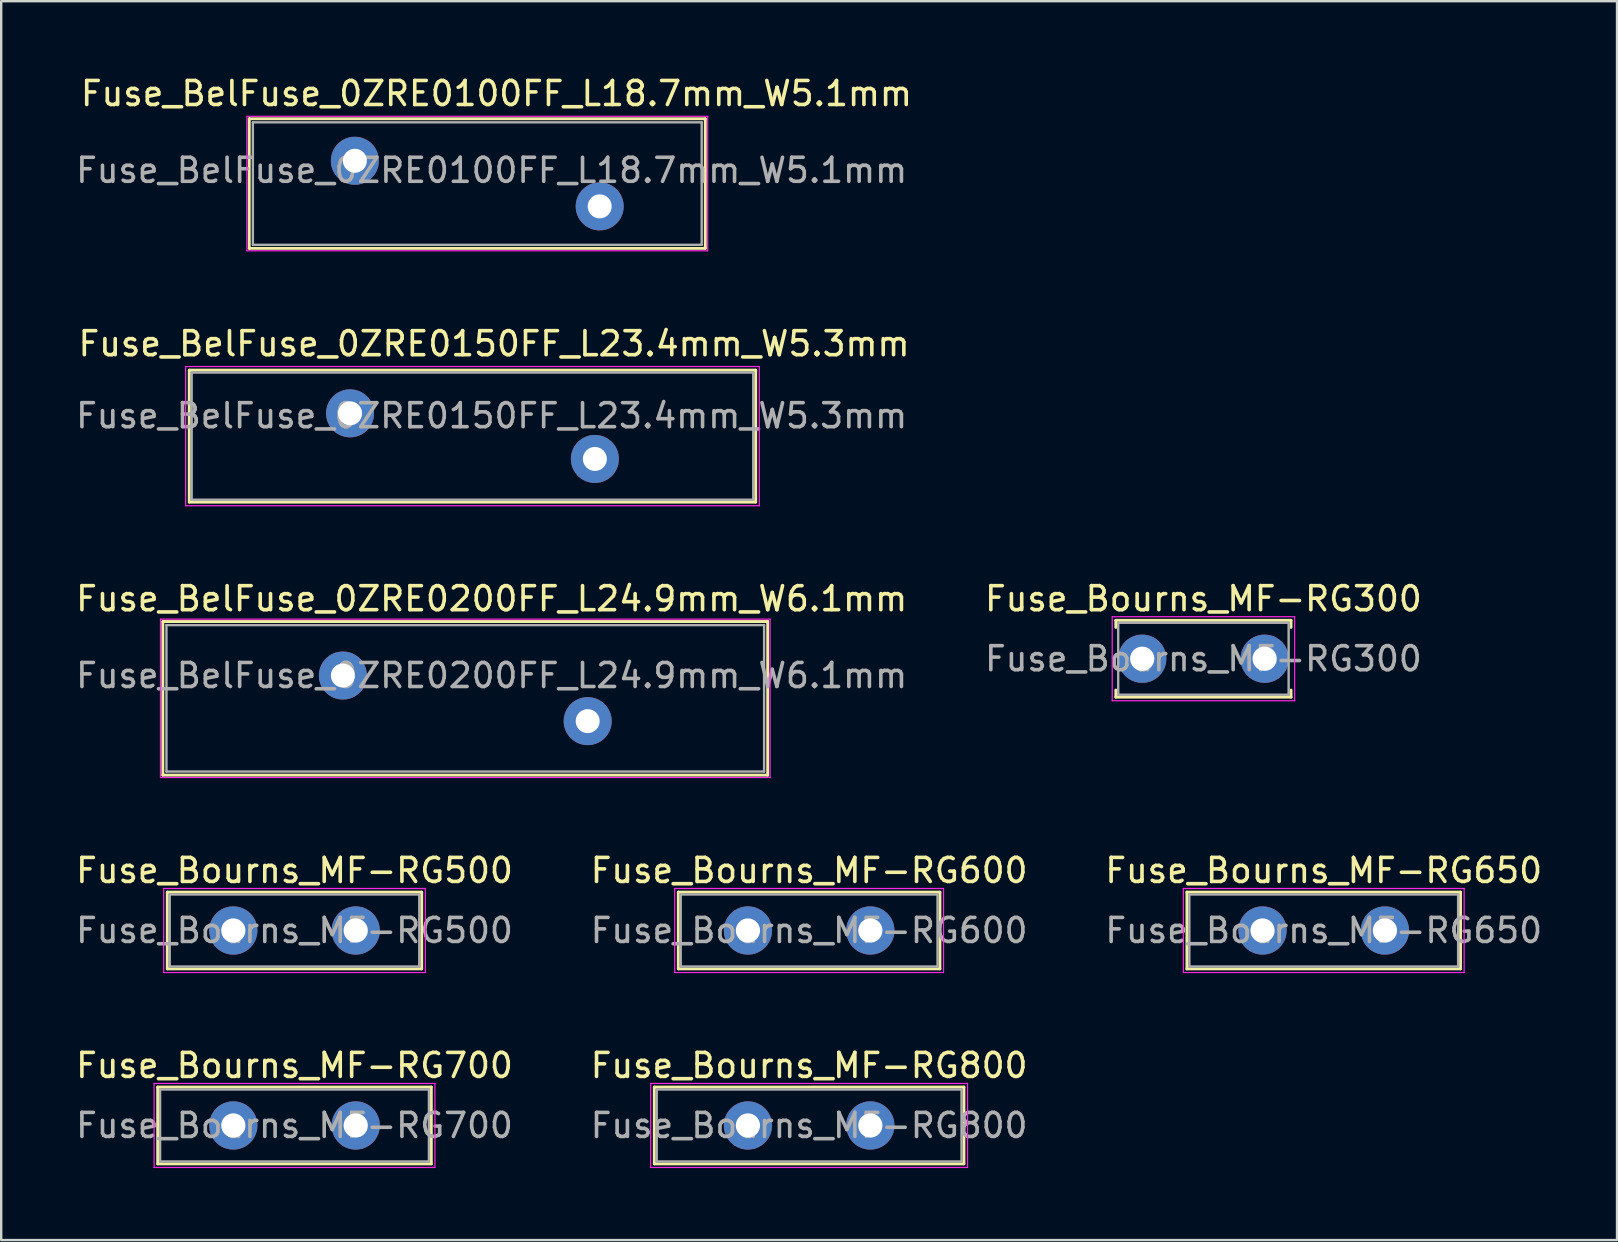
<source format=kicad_pcb>
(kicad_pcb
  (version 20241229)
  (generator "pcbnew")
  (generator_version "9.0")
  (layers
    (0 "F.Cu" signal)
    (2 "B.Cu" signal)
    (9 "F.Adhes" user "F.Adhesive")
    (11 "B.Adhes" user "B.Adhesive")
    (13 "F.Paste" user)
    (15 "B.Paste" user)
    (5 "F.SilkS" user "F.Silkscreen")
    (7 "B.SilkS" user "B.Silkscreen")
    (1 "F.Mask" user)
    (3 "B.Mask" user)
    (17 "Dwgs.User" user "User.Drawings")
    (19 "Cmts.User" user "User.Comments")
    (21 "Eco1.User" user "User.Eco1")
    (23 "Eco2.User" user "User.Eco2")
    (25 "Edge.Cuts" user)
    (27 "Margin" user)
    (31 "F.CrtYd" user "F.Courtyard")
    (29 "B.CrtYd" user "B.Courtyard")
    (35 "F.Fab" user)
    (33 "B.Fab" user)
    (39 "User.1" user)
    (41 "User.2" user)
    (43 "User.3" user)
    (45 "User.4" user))
  (footprint "Fuse_Bourns_MF-RG700"
    (layer "F.Cu")
    (at 6.67 43.841)
    (property "Reference" "Fuse_Bourns_MF-RG700" (at 2.55 -2.5 0) (layer "F.SilkS") (effects (font (size 1 1) (thickness 0.15))))
    (attr through_hole)
    (fp_line (start -3.15 -1.6) (end -3.15 1.6) (stroke (width 0.12) (type solid)) (layer "F.SilkS"))
    (fp_line (start -3.15 1.6) (end 8.25 1.6) (stroke (width 0.12) (type solid)) (layer "F.SilkS"))
    (fp_line (start 8.25 -1.6) (end -3.15 -1.6) (stroke (width 0.12) (type solid)) (layer "F.SilkS"))
    (fp_line (start 8.25 1.6) (end 8.25 -1.6) (stroke (width 0.12) (type solid)) (layer "F.SilkS"))
    (fp_line (start -3.3 -1.75) (end -3.3 1.75) (stroke (width 0.05) (type solid)) (layer "F.CrtYd"))
    (fp_line (start -3.3 1.75) (end 8.4 1.75) (stroke (width 0.05) (type solid)) (layer "F.CrtYd"))
    (fp_line (start 8.4 -1.75) (end -3.3 -1.75) (stroke (width 0.05) (type solid)) (layer "F.CrtYd"))
    (fp_line (start 8.4 1.75) (end 8.4 -1.75) (stroke (width 0.05) (type solid)) (layer "F.CrtYd"))
    (fp_line (start -3.05 -1.5) (end -3.05 1.5) (stroke (width 0.1) (type solid)) (layer "F.Fab"))
    (fp_line (start -3.05 1.5) (end 8.15 1.5) (stroke (width 0.1) (type solid)) (layer "F.Fab"))
    (fp_line (start 8.15 -1.5) (end -3.05 -1.5) (stroke (width 0.1) (type solid)) (layer "F.Fab"))
    (fp_line (start 8.15 1.5) (end 8.15 -1.5) (stroke (width 0.1) (type solid)) (layer "F.Fab"))
    (fp_text user "${REFERENCE}" (at 2.55 0 0) (layer "F.Fab") (effects (font (size 1 1) (thickness 0.15))))
    (pad "1" thru_hole circle (at 0 0) (size 2.01 2.01) (drill 1.01) (layers "*.Cu" "*.Mask"))
    (pad "2" thru_hole circle (at 5.1 0) (size 2.01 2.01) (drill 1.01) (layers "*.Cu" "*.Mask")))
  (footprint "Fuse_Bourns_MF-RG500"
    (layer "F.Cu")
    (at 6.67 35.718)
    (property "Reference" "Fuse_Bourns_MF-RG500" (at 2.55 -2.5 0) (layer "F.SilkS") (effects (font (size 1 1) (thickness 0.15))))
    (attr through_hole)
    (fp_line (start -2.75 -1.6) (end -2.75 1.6) (stroke (width 0.12) (type solid)) (layer "F.SilkS"))
    (fp_line (start -2.75 1.6) (end 7.85 1.6) (stroke (width 0.12) (type solid)) (layer "F.SilkS"))
    (fp_line (start 7.85 -1.6) (end -2.75 -1.6) (stroke (width 0.12) (type solid)) (layer "F.SilkS"))
    (fp_line (start 7.85 1.6) (end 7.85 -1.6) (stroke (width 0.12) (type solid)) (layer "F.SilkS"))
    (fp_line (start -2.9 -1.75) (end -2.9 1.75) (stroke (width 0.05) (type solid)) (layer "F.CrtYd"))
    (fp_line (start -2.9 1.75) (end 8 1.75) (stroke (width 0.05) (type solid)) (layer "F.CrtYd"))
    (fp_line (start 8 -1.75) (end -2.9 -1.75) (stroke (width 0.05) (type solid)) (layer "F.CrtYd"))
    (fp_line (start 8 1.75) (end 8 -1.75) (stroke (width 0.05) (type solid)) (layer "F.CrtYd"))
    (fp_line (start -2.65 -1.5) (end -2.65 1.5) (stroke (width 0.1) (type solid)) (layer "F.Fab"))
    (fp_line (start -2.65 1.5) (end 7.75 1.5) (stroke (width 0.1) (type solid)) (layer "F.Fab"))
    (fp_line (start 7.75 -1.5) (end -2.65 -1.5) (stroke (width 0.1) (type solid)) (layer "F.Fab"))
    (fp_line (start 7.75 1.5) (end 7.75 -1.5) (stroke (width 0.1) (type solid)) (layer "F.Fab"))
    (fp_text user "${REFERENCE}" (at 2.55 0 0) (layer "F.Fab") (effects (font (size 1 1) (thickness 0.15))))
    (pad "1" thru_hole circle (at 0 0) (size 2.01 2.01) (drill 1.01) (layers "*.Cu" "*.Mask"))
    (pad "2" thru_hole circle (at 5.1 0) (size 2.01 2.01) (drill 1.01) (layers "*.Cu" "*.Mask")))
  (footprint "Fuse_Bourns_MF-RG650"
    (layer "F.Cu")
    (at 49.551 35.718)
    (property "Reference" "Fuse_Bourns_MF-RG650" (at 2.55 -2.5 0) (layer "F.SilkS") (effects (font (size 1 1) (thickness 0.15))))
    (attr through_hole)
    (fp_line (start -3.15 -1.6) (end -3.15 1.6) (stroke (width 0.12) (type solid)) (layer "F.SilkS"))
    (fp_line (start -3.15 1.6) (end 8.25 1.6) (stroke (width 0.12) (type solid)) (layer "F.SilkS"))
    (fp_line (start 8.25 -1.6) (end -3.15 -1.6) (stroke (width 0.12) (type solid)) (layer "F.SilkS"))
    (fp_line (start 8.25 1.6) (end 8.25 -1.6) (stroke (width 0.12) (type solid)) (layer "F.SilkS"))
    (fp_line (start -3.3 -1.75) (end -3.3 1.75) (stroke (width 0.05) (type solid)) (layer "F.CrtYd"))
    (fp_line (start -3.3 1.75) (end 8.4 1.75) (stroke (width 0.05) (type solid)) (layer "F.CrtYd"))
    (fp_line (start 8.4 -1.75) (end -3.3 -1.75) (stroke (width 0.05) (type solid)) (layer "F.CrtYd"))
    (fp_line (start 8.4 1.75) (end 8.4 -1.75) (stroke (width 0.05) (type solid)) (layer "F.CrtYd"))
    (fp_line (start -3.05 -1.5) (end -3.05 1.5) (stroke (width 0.1) (type solid)) (layer "F.Fab"))
    (fp_line (start -3.05 1.5) (end 8.15 1.5) (stroke (width 0.1) (type solid)) (layer "F.Fab"))
    (fp_line (start 8.15 -1.5) (end -3.05 -1.5) (stroke (width 0.1) (type solid)) (layer "F.Fab"))
    (fp_line (start 8.15 1.5) (end 8.15 -1.5) (stroke (width 0.1) (type solid)) (layer "F.Fab"))
    (fp_text user "${REFERENCE}" (at 2.55 0 0) (layer "F.Fab") (effects (font (size 1 1) (thickness 0.15))))
    (pad "1" thru_hole circle (at 0 0) (size 2.01 2.01) (drill 1.01) (layers "*.Cu" "*.Mask"))
    (pad "2" thru_hole circle (at 5.1 0) (size 2.01 2.01) (drill 1.01) (layers "*.Cu" "*.Mask")))
  (footprint "Fuse_BelFuse_0ZRE0150FF_L23.4mm_W5.3mm"
    (layer "F.Cu")
    (at 11.535 14.171)
    (property "Reference" "Fuse_BelFuse_0ZRE0150FF_L23.4mm_W5.3mm" (at 6 -2.9 0) (layer "F.SilkS") (effects (font (size 1 1) (thickness 0.15))))
    (attr through_hole)
    (fp_line (start -6.7 -1.8) (end -6.7 3.7) (stroke (width 0.12) (type solid)) (layer "F.SilkS"))
    (fp_line (start -6.7 -1.8) (end 16.9 -1.8) (stroke (width 0.12) (type solid)) (layer "F.SilkS"))
    (fp_line (start -6.7 3.7) (end 16.9 3.7) (stroke (width 0.12) (type solid)) (layer "F.SilkS"))
    (fp_line (start 16.9 -1.8) (end 16.9 3.7) (stroke (width 0.12) (type solid)) (layer "F.SilkS"))
    (fp_line (start -6.85 -1.95) (end -6.85 3.85) (stroke (width 0.05) (type solid)) (layer "F.CrtYd"))
    (fp_line (start -6.85 -1.95) (end 17.05 -1.95) (stroke (width 0.05) (type solid)) (layer "F.CrtYd"))
    (fp_line (start -6.85 3.85) (end 17.05 3.85) (stroke (width 0.05) (type solid)) (layer "F.CrtYd"))
    (fp_line (start 17.05 -1.95) (end 17.05 3.85) (stroke (width 0.05) (type solid)) (layer "F.CrtYd"))
    (fp_line (start -6.6 -1.7) (end -6.6 3.6) (stroke (width 0.1) (type solid)) (layer "F.Fab"))
    (fp_line (start -6.6 -1.7) (end 16.8 -1.7) (stroke (width 0.1) (type solid)) (layer "F.Fab"))
    (fp_line (start -6.6 3.6) (end 16.8 3.6) (stroke (width 0.1) (type solid)) (layer "F.Fab"))
    (fp_line (start 16.8 -1.7) (end 16.8 3.6) (stroke (width 0.1) (type solid)) (layer "F.Fab"))
    (fp_text user "${REFERENCE}" (at 5.9 0.1 0) (layer "F.Fab") (effects (font (size 1 1) (thickness 0.15))))
    (pad "1" thru_hole circle (at 0 0) (size 2 2) (drill 1) (layers "*.Cu" "*.Mask"))
    (pad "2" thru_hole circle (at 10.2 1.9) (size 2 2) (drill 1) (layers "*.Cu" "*.Mask")))
  (footprint "Fuse_Bourns_MF-RG300"
    (layer "F.Cu")
    (at 44.539 24.395)
    (property "Reference" "Fuse_Bourns_MF-RG300" (at 2.55 -2.5 0) (layer "F.SilkS") (effects (font (size 1 1) (thickness 0.15))))
    (attr through_hole)
    (fp_line (start -1.1 -1.6) (end 6.2 -1.6) (stroke (width 0.12) (type solid)) (layer "F.SilkS"))
    (fp_line (start -1.1 -1.305) (end -1.1 -1.6) (stroke (width 0.12) (type solid)) (layer "F.SilkS"))
    (fp_line (start -1.1 1.305) (end -1.1 1.6) (stroke (width 0.12) (type solid)) (layer "F.SilkS"))
    (fp_line (start -1.1 1.6) (end 6.2 1.6) (stroke (width 0.12) (type solid)) (layer "F.SilkS"))
    (fp_line (start 6.2 -1.6) (end 6.2 -1.305) (stroke (width 0.12) (type solid)) (layer "F.SilkS"))
    (fp_line (start 6.2 1.6) (end 6.2 1.305) (stroke (width 0.12) (type solid)) (layer "F.SilkS"))
    (fp_line (start -1.25 -1.75) (end -1.25 1.75) (stroke (width 0.05) (type solid)) (layer "F.CrtYd"))
    (fp_line (start -1.25 1.75) (end 6.35 1.75) (stroke (width 0.05) (type solid)) (layer "F.CrtYd"))
    (fp_line (start 6.35 -1.75) (end -1.25 -1.75) (stroke (width 0.05) (type solid)) (layer "F.CrtYd"))
    (fp_line (start 6.35 1.75) (end 6.35 -1.75) (stroke (width 0.05) (type solid)) (layer "F.CrtYd"))
    (fp_line (start -1 -1.5) (end -1 1.5) (stroke (width 0.1) (type solid)) (layer "F.Fab"))
    (fp_line (start -1 1.5) (end 6.1 1.5) (stroke (width 0.1) (type solid)) (layer "F.Fab"))
    (fp_line (start 6.1 -1.5) (end -1 -1.5) (stroke (width 0.1) (type solid)) (layer "F.Fab"))
    (fp_line (start 6.1 1.5) (end 6.1 -1.5) (stroke (width 0.1) (type solid)) (layer "F.Fab"))
    (fp_text user "${REFERENCE}" (at 2.55 0 0) (layer "F.Fab") (effects (font (size 1 1) (thickness 0.15))))
    (pad "1" thru_hole circle (at 0 0) (size 2.01 2.01) (drill 1.01) (layers "*.Cu" "*.Mask"))
    (pad "2" thru_hole circle (at 5.1 0) (size 2.01 2.01) (drill 1.01) (layers "*.Cu" "*.Mask")))
  (footprint "Fuse_Bourns_MF-RG800"
    (layer "F.Cu")
    (at 28.111 43.841)
    (property "Reference" "Fuse_Bourns_MF-RG800" (at 2.55 -2.5 0) (layer "F.SilkS") (effects (font (size 1 1) (thickness 0.15))))
    (attr through_hole)
    (fp_line (start -3.9 -1.6) (end -3.9 1.6) (stroke (width 0.12) (type solid)) (layer "F.SilkS"))
    (fp_line (start -3.9 1.6) (end 9 1.6) (stroke (width 0.12) (type solid)) (layer "F.SilkS"))
    (fp_line (start 9 -1.6) (end -3.9 -1.6) (stroke (width 0.12) (type solid)) (layer "F.SilkS"))
    (fp_line (start 9 1.6) (end 9 -1.6) (stroke (width 0.12) (type solid)) (layer "F.SilkS"))
    (fp_line (start -4.05 -1.75) (end -4.05 1.75) (stroke (width 0.05) (type solid)) (layer "F.CrtYd"))
    (fp_line (start -4.05 1.75) (end 9.15 1.75) (stroke (width 0.05) (type solid)) (layer "F.CrtYd"))
    (fp_line (start 9.15 -1.75) (end -4.05 -1.75) (stroke (width 0.05) (type solid)) (layer "F.CrtYd"))
    (fp_line (start 9.15 1.75) (end 9.15 -1.75) (stroke (width 0.05) (type solid)) (layer "F.CrtYd"))
    (fp_line (start -3.8 -1.5) (end -3.8 1.5) (stroke (width 0.1) (type solid)) (layer "F.Fab"))
    (fp_line (start -3.8 1.5) (end 8.9 1.5) (stroke (width 0.1) (type solid)) (layer "F.Fab"))
    (fp_line (start 8.9 -1.5) (end -3.8 -1.5) (stroke (width 0.1) (type solid)) (layer "F.Fab"))
    (fp_line (start 8.9 1.5) (end 8.9 -1.5) (stroke (width 0.1) (type solid)) (layer "F.Fab"))
    (fp_text user "${REFERENCE}" (at 2.55 0 0) (layer "F.Fab") (effects (font (size 1 1) (thickness 0.15))))
    (pad "1" thru_hole circle (at 0 0) (size 2.01 2.01) (drill 1.01) (layers "*.Cu" "*.Mask"))
    (pad "2" thru_hole circle (at 5.1 0) (size 2.01 2.01) (drill 1.01) (layers "*.Cu" "*.Mask")))
  (footprint "Fuse_BelFuse_0ZRE0200FF_L24.9mm_W6.1mm"
    (layer "F.Cu")
    (at 11.235 25.095)
    (property "Reference" "Fuse_BelFuse_0ZRE0200FF_L24.9mm_W6.1mm" (at 6.2 -3.2 0) (layer "F.SilkS") (effects (font (size 1 1) (thickness 0.15))))
    (attr through_hole)
    (fp_line (start -7.5 -2.25) (end -7.5 4.15) (stroke (width 0.12) (type solid)) (layer "F.SilkS"))
    (fp_line (start -7.5 -2.25) (end 17.7 -2.25) (stroke (width 0.12) (type solid)) (layer "F.SilkS"))
    (fp_line (start -7.5 4.15) (end 17.7 4.15) (stroke (width 0.12) (type solid)) (layer "F.SilkS"))
    (fp_line (start 17.7 -2.25) (end 17.7 4.15) (stroke (width 0.12) (type solid)) (layer "F.SilkS"))
    (fp_line (start -7.6 -2.35) (end -7.6 4.25) (stroke (width 0.05) (type solid)) (layer "F.CrtYd"))
    (fp_line (start -7.6 -2.35) (end 17.8 -2.35) (stroke (width 0.05) (type solid)) (layer "F.CrtYd"))
    (fp_line (start -7.6 4.25) (end 17.8 4.25) (stroke (width 0.05) (type solid)) (layer "F.CrtYd"))
    (fp_line (start 17.8 -2.35) (end 17.8 4.25) (stroke (width 0.05) (type solid)) (layer "F.CrtYd"))
    (fp_line (start -7.35 -2.1) (end -7.35 4) (stroke (width 0.1) (type solid)) (layer "F.Fab"))
    (fp_line (start -7.35 -2.1) (end 17.55 -2.1) (stroke (width 0.1) (type solid)) (layer "F.Fab"))
    (fp_line (start -7.35 4) (end 17.55 4) (stroke (width 0.1) (type solid)) (layer "F.Fab"))
    (fp_line (start 17.55 -2.1) (end 17.55 4) (stroke (width 0.1) (type solid)) (layer "F.Fab"))
    (fp_text user "${REFERENCE}" (at 6.2 0 0) (layer "F.Fab") (effects (font (size 1 1) (thickness 0.15))))
    (pad "1" thru_hole circle (at 0 0) (size 2 2) (drill 1) (layers "*.Cu" "*.Mask"))
    (pad "2" thru_hole circle (at 10.2 1.9) (size 2 2) (drill 1) (layers "*.Cu" "*.Mask")))
  (footprint "Fuse_Bourns_MF-RG600"
    (layer "F.Cu")
    (at 28.111 35.718)
    (property "Reference" "Fuse_Bourns_MF-RG600" (at 2.55 -2.5 0) (layer "F.SilkS") (effects (font (size 1 1) (thickness 0.15))))
    (attr through_hole)
    (fp_line (start -2.9 -1.6) (end -2.9 1.6) (stroke (width 0.12) (type solid)) (layer "F.SilkS"))
    (fp_line (start -2.9 1.6) (end 8 1.6) (stroke (width 0.12) (type solid)) (layer "F.SilkS"))
    (fp_line (start 8 -1.6) (end -2.9 -1.6) (stroke (width 0.12) (type solid)) (layer "F.SilkS"))
    (fp_line (start 8 1.6) (end 8 -1.6) (stroke (width 0.12) (type solid)) (layer "F.SilkS"))
    (fp_line (start -3.05 -1.75) (end -3.05 1.75) (stroke (width 0.05) (type solid)) (layer "F.CrtYd"))
    (fp_line (start -3.05 1.75) (end 8.15 1.75) (stroke (width 0.05) (type solid)) (layer "F.CrtYd"))
    (fp_line (start 8.15 -1.75) (end -3.05 -1.75) (stroke (width 0.05) (type solid)) (layer "F.CrtYd"))
    (fp_line (start 8.15 1.75) (end 8.15 -1.75) (stroke (width 0.05) (type solid)) (layer "F.CrtYd"))
    (fp_line (start -2.8 -1.5) (end -2.8 1.5) (stroke (width 0.1) (type solid)) (layer "F.Fab"))
    (fp_line (start -2.8 1.5) (end 7.9 1.5) (stroke (width 0.1) (type solid)) (layer "F.Fab"))
    (fp_line (start 7.9 -1.5) (end -2.8 -1.5) (stroke (width 0.1) (type solid)) (layer "F.Fab"))
    (fp_line (start 7.9 1.5) (end 7.9 -1.5) (stroke (width 0.1) (type solid)) (layer "F.Fab"))
    (fp_text user "${REFERENCE}" (at 2.55 0 0) (layer "F.Fab") (effects (font (size 1 1) (thickness 0.15))))
    (pad "1" thru_hole circle (at 0 0) (size 2.01 2.01) (drill 1.01) (layers "*.Cu" "*.Mask"))
    (pad "2" thru_hole circle (at 5.1 0) (size 2.01 2.01) (drill 1.01) (layers "*.Cu" "*.Mask")))
  (footprint "Fuse_BelFuse_0ZRE0100FF_L18.7mm_W5.1mm"
    (layer "F.Cu")
    (at 11.735 3.648)
    (property "Reference" "Fuse_BelFuse_0ZRE0100FF_L18.7mm_W5.1mm" (at 5.9 -2.8 0) (layer "F.SilkS") (effects (font (size 1 1) (thickness 0.15))))
    (attr through_hole)
    (fp_line (start -4.4 -1.75) (end -4.4 3.65) (stroke (width 0.12) (type solid)) (layer "F.SilkS"))
    (fp_line (start -4.4 -1.75) (end 14.6 -1.75) (stroke (width 0.12) (type solid)) (layer "F.SilkS"))
    (fp_line (start -4.4 3.65) (end 14.6 3.65) (stroke (width 0.12) (type solid)) (layer "F.SilkS"))
    (fp_line (start 14.6 -1.75) (end 14.6 3.65) (stroke (width 0.12) (type solid)) (layer "F.SilkS"))
    (fp_line (start -4.5 -1.85) (end -4.5 3.75) (stroke (width 0.05) (type solid)) (layer "F.CrtYd"))
    (fp_line (start -4.5 -1.85) (end 14.7 -1.85) (stroke (width 0.05) (type solid)) (layer "F.CrtYd"))
    (fp_line (start -4.5 3.75) (end 14.7 3.75) (stroke (width 0.05) (type solid)) (layer "F.CrtYd"))
    (fp_line (start 14.7 -1.85) (end 14.7 3.75) (stroke (width 0.05) (type solid)) (layer "F.CrtYd"))
    (fp_line (start -4.25 -1.6) (end -4.25 3.5) (stroke (width 0.1) (type solid)) (layer "F.Fab"))
    (fp_line (start -4.25 -1.6) (end 14.45 -1.6) (stroke (width 0.1) (type solid)) (layer "F.Fab"))
    (fp_line (start -4.25 3.5) (end 14.45 3.5) (stroke (width 0.1) (type solid)) (layer "F.Fab"))
    (fp_line (start 14.45 -1.6) (end 14.45 3.5) (stroke (width 0.1) (type solid)) (layer "F.Fab"))
    (fp_text user "${REFERENCE}" (at 5.7 0.4 0) (layer "F.Fab") (effects (font (size 1 1) (thickness 0.15))))
    (pad "1" thru_hole circle (at 0 0) (size 2 2) (drill 1) (layers "*.Cu" "*.Mask"))
    (pad "2" thru_hole circle (at 10.2 1.9) (size 2 2) (drill 1) (layers "*.Cu" "*.Mask")))
  (gr_rect
    (start -3 -3)
    (end 64.321 48.616)
    (stroke (width 0.1) (type default))
    (fill no)
    (layer "Edge.Cuts")))
</source>
